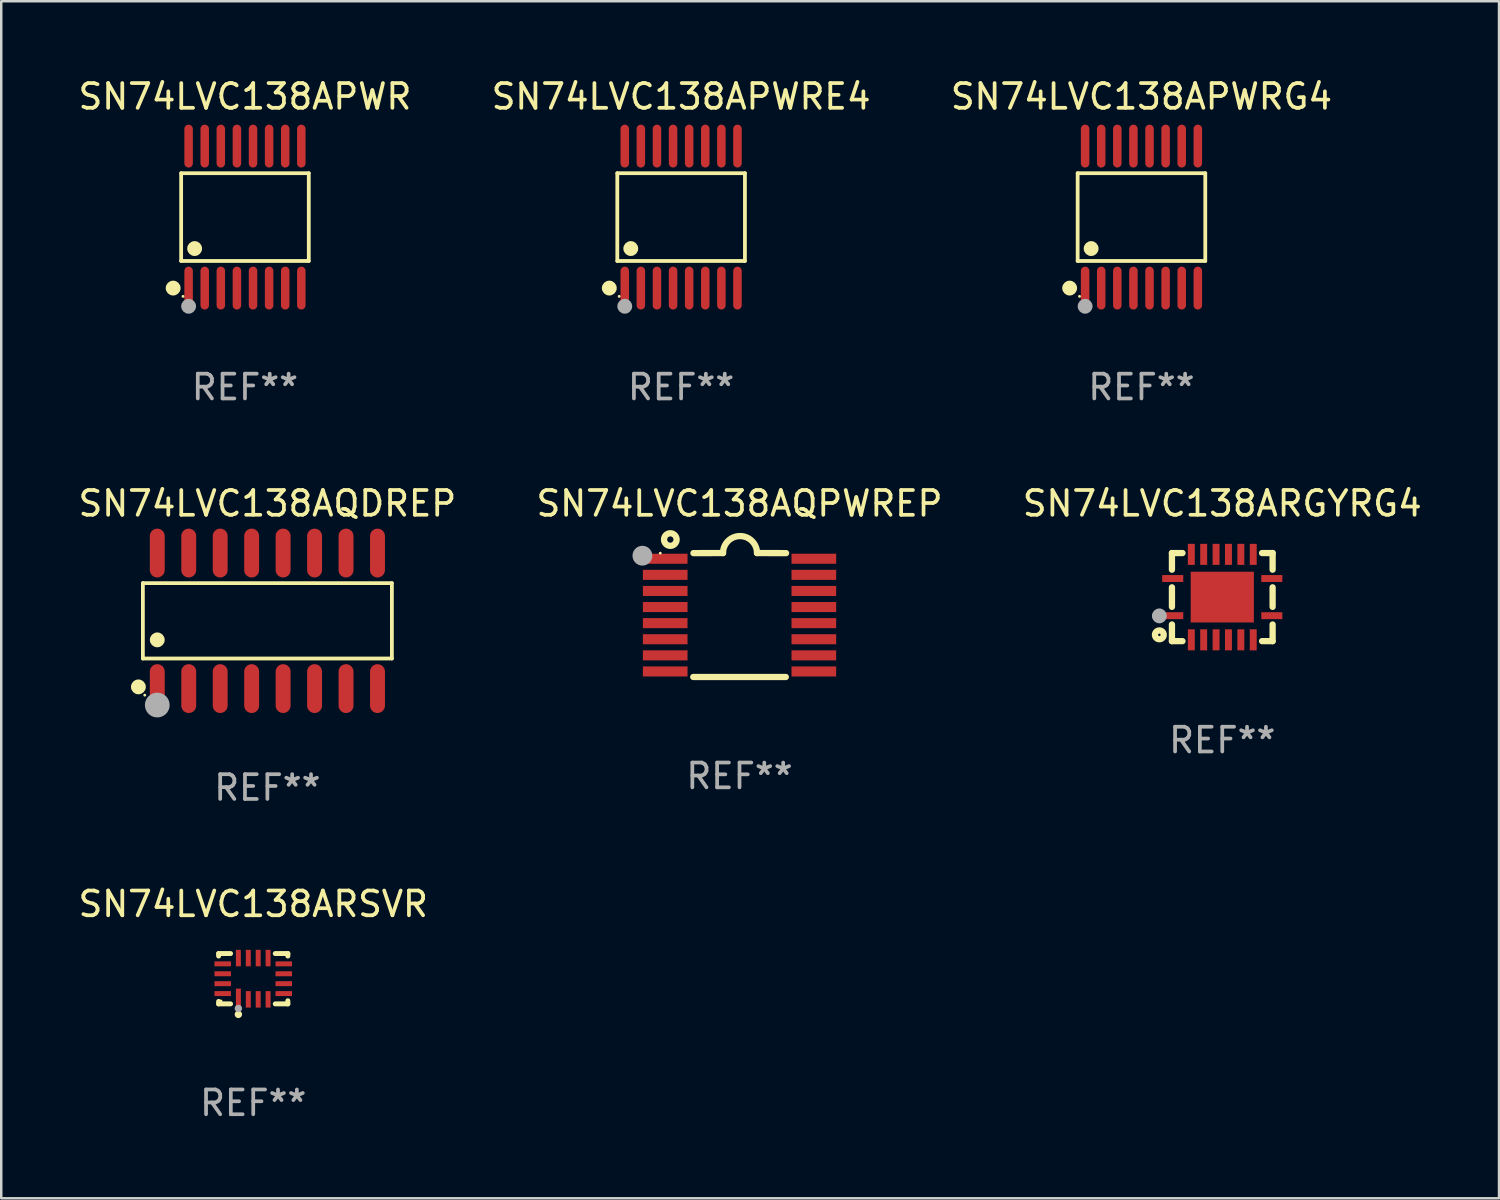
<source format=kicad_pcb>
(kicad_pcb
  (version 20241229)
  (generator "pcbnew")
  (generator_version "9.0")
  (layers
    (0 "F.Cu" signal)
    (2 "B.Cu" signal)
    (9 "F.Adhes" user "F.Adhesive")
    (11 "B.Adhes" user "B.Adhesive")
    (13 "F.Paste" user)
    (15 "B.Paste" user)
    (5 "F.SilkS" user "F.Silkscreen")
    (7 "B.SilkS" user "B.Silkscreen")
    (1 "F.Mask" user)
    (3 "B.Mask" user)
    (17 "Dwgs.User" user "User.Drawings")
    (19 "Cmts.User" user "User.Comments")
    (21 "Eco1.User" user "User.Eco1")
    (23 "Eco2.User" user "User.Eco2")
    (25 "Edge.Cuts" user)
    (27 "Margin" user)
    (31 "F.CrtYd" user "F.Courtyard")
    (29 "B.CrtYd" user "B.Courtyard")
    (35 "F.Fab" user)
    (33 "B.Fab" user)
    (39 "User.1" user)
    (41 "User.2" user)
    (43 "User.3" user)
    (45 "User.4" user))
  (footprint "SN74LVC138AQPWREP"
    (layer "F.Cu")
    (at 26.804 21.778)
    (property "Reference" "SN74LVC138AQPWREP" (at 0 -4.501 0) (layer "F.SilkS") (effects (font (size 1 1) (thickness 0.15))))
    (attr through_hole)
    (fp_line (start -1.868 2.501) (end 1.868 2.501) (stroke (width 0.254) (type solid)) (layer "F.SilkS"))
    (fp_line (start -1.86 -2.499) (end -0.666 -2.501) (stroke (width 0.254) (type solid)) (layer "F.SilkS"))
    (fp_line (start 0.706 -2.501) (end 1.88 -2.499) (stroke (width 0.254) (type solid)) (layer "F.SilkS"))
    (fp_arc (start -0.665914 -2.501448) (mid 0.019888 -3.18725) (end 0.70569 -2.501448) (stroke (width 0.254001) (type solid)) (layer "F.SilkS"))
    (fp_circle (center -3.2 -2.497) (end -3.17 -2.497) (stroke (width 0.06) (type solid)) (fill no) (layer "F.SilkS"))
    (fp_circle (center -2.794 -3.047) (end -2.54 -3.047) (stroke (width 0.254) (type solid)) (fill no) (layer "F.SilkS"))
    (fp_circle (center -3.921 -2.395) (end -3.721 -2.395) (stroke (width 0.4) (type solid)) (fill no) (layer "F.Fab"))
    (fp_text user "REF**" (at 0 6.501 0) (layer "F.Fab") (effects (font (size 1 1) (thickness 0.15))))
    (pad "1" smd rect (at -3 -2.272) (size 1.803 0.406) (layers "F.Cu" "F.Mask" "F.Paste"))
    (pad "2" smd rect (at -3 -1.622) (size 1.803 0.406) (layers "F.Cu" "F.Mask" "F.Paste"))
    (pad "3" smd rect (at -3 -0.972) (size 1.803 0.406) (layers "F.Cu" "F.Mask" "F.Paste"))
    (pad "4" smd rect (at -3 -0.322) (size 1.803 0.406) (layers "F.Cu" "F.Mask" "F.Paste"))
    (pad "5" smd rect (at -3 0.328) (size 1.803 0.406) (layers "F.Cu" "F.Mask" "F.Paste"))
    (pad "6" smd rect (at -3 0.978) (size 1.803 0.406) (layers "F.Cu" "F.Mask" "F.Paste"))
    (pad "7" smd rect (at -3 1.628) (size 1.803 0.406) (layers "F.Cu" "F.Mask" "F.Paste"))
    (pad "8" smd rect (at -3 2.278) (size 1.803 0.406) (layers "F.Cu" "F.Mask" "F.Paste"))
    (pad "9" smd rect (at 3 2.278) (size 1.803 0.406) (layers "F.Cu" "F.Mask" "F.Paste"))
    (pad "10" smd rect (at 3 1.628) (size 1.803 0.406) (layers "F.Cu" "F.Mask" "F.Paste"))
    (pad "11" smd rect (at 3 0.978) (size 1.803 0.406) (layers "F.Cu" "F.Mask" "F.Paste"))
    (pad "12" smd rect (at 3 0.328) (size 1.803 0.406) (layers "F.Cu" "F.Mask" "F.Paste"))
    (pad "13" smd rect (at 3 -0.322) (size 1.803 0.406) (layers "F.Cu" "F.Mask" "F.Paste"))
    (pad "14" smd rect (at 3 -0.972) (size 1.803 0.406) (layers "F.Cu" "F.Mask" "F.Paste"))
    (pad "15" smd rect (at 3 -1.622) (size 1.803 0.406) (layers "F.Cu" "F.Mask" "F.Paste"))
    (pad "16" smd rect (at 3 -2.272) (size 1.803 0.406) (layers "F.Cu" "F.Mask" "F.Paste")))
  (footprint "SN74LVC138APWRG4"
    (layer "F.Cu")
    (at 43.03 5.714)
    (property "Reference" "SN74LVC138APWRG4" (at 0 -4.866 0) (layer "F.SilkS") (effects (font (size 1 1) (thickness 0.15))))
    (attr through_hole)
    (fp_line (start -2.576 -1.772) (end 2.576 -1.772) (stroke (width 0.152) (type solid)) (layer "F.SilkS"))
    (fp_line (start -2.576 1.771) (end -2.576 -1.772) (stroke (width 0.152) (type solid)) (layer "F.SilkS"))
    (fp_line (start 2.576 -1.772) (end 2.576 1.771) (stroke (width 0.152) (type solid)) (layer "F.SilkS"))
    (fp_line (start 2.576 1.771) (end -2.576 1.771) (stroke (width 0.152) (type solid)) (layer "F.SilkS"))
    (fp_circle (center -2.899 2.866) (end -2.749 2.866) (stroke (width 0.3) (type solid)) (fill no) (layer "F.SilkS"))
    (fp_circle (center -2.5 3.2) (end -2.47 3.2) (stroke (width 0.06) (type solid)) (fill no) (layer "F.SilkS"))
    (fp_circle (center -2.032 1.27) (end -1.882 1.27) (stroke (width 0.3) (type solid)) (fill no) (layer "F.SilkS"))
    (fp_circle (center -2.275 3.6) (end -2.125 3.6) (stroke (width 0.3) (type solid)) (fill no) (layer "F.Fab"))
    (fp_text user "REF**" (at 0 6.866 0) (layer "F.Fab") (effects (font (size 1 1) (thickness 0.15))))
    (pad "1" smd oval (at -2.275 2.866) (size 0.343 1.731) (layers "F.Cu" "F.Mask" "F.Paste"))
    (pad "2" smd oval (at -1.625 2.866) (size 0.343 1.731) (layers "F.Cu" "F.Mask" "F.Paste"))
    (pad "3" smd oval (at -0.975 2.866) (size 0.343 1.731) (layers "F.Cu" "F.Mask" "F.Paste"))
    (pad "4" smd oval (at -0.325 2.866) (size 0.343 1.731) (layers "F.Cu" "F.Mask" "F.Paste"))
    (pad "5" smd oval (at 0.325 2.866) (size 0.343 1.731) (layers "F.Cu" "F.Mask" "F.Paste"))
    (pad "6" smd oval (at 0.975 2.866) (size 0.343 1.731) (layers "F.Cu" "F.Mask" "F.Paste"))
    (pad "7" smd oval (at 1.625 2.866) (size 0.343 1.731) (layers "F.Cu" "F.Mask" "F.Paste"))
    (pad "8" smd oval (at 2.275 2.866) (size 0.343 1.731) (layers "F.Cu" "F.Mask" "F.Paste"))
    (pad "9" smd oval (at 2.275 -2.866) (size 0.343 1.731) (layers "F.Cu" "F.Mask" "F.Paste"))
    (pad "10" smd oval (at 1.625 -2.866) (size 0.343 1.731) (layers "F.Cu" "F.Mask" "F.Paste"))
    (pad "11" smd oval (at 0.975 -2.866) (size 0.343 1.731) (layers "F.Cu" "F.Mask" "F.Paste"))
    (pad "12" smd oval (at 0.325 -2.866) (size 0.343 1.731) (layers "F.Cu" "F.Mask" "F.Paste"))
    (pad "13" smd oval (at -0.325 -2.866) (size 0.343 1.731) (layers "F.Cu" "F.Mask" "F.Paste"))
    (pad "14" smd oval (at -0.975 -2.866) (size 0.343 1.731) (layers "F.Cu" "F.Mask" "F.Paste"))
    (pad "15" smd oval (at -1.625 -2.866) (size 0.343 1.731) (layers "F.Cu" "F.Mask" "F.Paste"))
    (pad "16" smd oval (at -2.275 -2.866) (size 0.343 1.731) (layers "F.Cu" "F.Mask" "F.Paste")))
  (footprint "SN74LVC138ARGYRG4"
    (layer "F.Cu")
    (at 46.292 21.054)
    (property "Reference" "SN74LVC138ARGYRG4" (at 0 -3.778 0) (layer "F.SilkS") (effects (font (size 1 1) (thickness 0.15))))
    (attr through_hole)
    (fp_line (start -2.032 -1.778) (end -2.032 -1.106) (stroke (width 0.254) (type solid)) (layer "F.SilkS"))
    (fp_line (start -2.032 -0.394) (end -2.032 0.394) (stroke (width 0.254) (type solid)) (layer "F.SilkS"))
    (fp_line (start -2.032 1.106) (end -2.032 1.778) (stroke (width 0.254) (type solid)) (layer "F.SilkS"))
    (fp_line (start -2.032 1.778) (end -1.606 1.778) (stroke (width 0.254) (type solid)) (layer "F.SilkS"))
    (fp_line (start -1.606 -1.778) (end -2.032 -1.778) (stroke (width 0.254) (type solid)) (layer "F.SilkS"))
    (fp_line (start 1.606 1.778) (end 2.032 1.778) (stroke (width 0.254) (type solid)) (layer "F.SilkS"))
    (fp_line (start 2.032 -1.778) (end 1.606 -1.778) (stroke (width 0.254) (type solid)) (layer "F.SilkS"))
    (fp_line (start 2.032 -1.106) (end 2.032 -1.778) (stroke (width 0.254) (type solid)) (layer "F.SilkS"))
    (fp_line (start 2.032 0.394) (end 2.032 -0.394) (stroke (width 0.254) (type solid)) (layer "F.SilkS"))
    (fp_line (start 2.032 1.778) (end 2.032 1.106) (stroke (width 0.254) (type solid)) (layer "F.SilkS"))
    (fp_circle (center -2.54 1.524) (end -2.363 1.524) (stroke (width 0.254) (type solid)) (fill no) (layer "F.SilkS"))
    (fp_circle (center -2.002 1.752) (end -1.952 1.752) (stroke (width 0.1) (type solid)) (fill no) (layer "F.SilkS"))
    (fp_circle (center -2.54 0.759) (end -2.39 0.759) (stroke (width 0.3) (type solid)) (fill no) (layer "F.Fab"))
    (fp_text user "REF**" (at 0 5.778 0) (layer "F.Fab") (effects (font (size 1 1) (thickness 0.15))))
    (pad "1" smd rect (at -2 0.75 90) (size 0.28 0.85) (layers "F.Cu" "F.Mask" "F.Paste"))
    (pad "2" smd rect (at -1.25 1.725 180) (size 0.28 0.85) (layers "F.Cu" "F.Mask" "F.Paste"))
    (pad "3" smd rect (at -0.75 1.725 180) (size 0.28 0.85) (layers "F.Cu" "F.Mask" "F.Paste"))
    (pad "4" smd rect (at -0.25 1.725 180) (size 0.28 0.85) (layers "F.Cu" "F.Mask" "F.Paste"))
    (pad "5" smd rect (at 0.25 1.725 180) (size 0.28 0.85) (layers "F.Cu" "F.Mask" "F.Paste"))
    (pad "6" smd rect (at 0.75 1.725 180) (size 0.28 0.85) (layers "F.Cu" "F.Mask" "F.Paste"))
    (pad "7" smd rect (at 1.25 1.725 180) (size 0.28 0.85) (layers "F.Cu" "F.Mask" "F.Paste"))
    (pad "8" smd rect (at 2 0.75 270) (size 0.28 0.85) (layers "F.Cu" "F.Mask" "F.Paste"))
    (pad "9" smd rect (at 2 -0.75 270) (size 0.28 0.85) (layers "F.Cu" "F.Mask" "F.Paste"))
    (pad "10" smd rect (at 1.25 -1.725) (size 0.28 0.85) (layers "F.Cu" "F.Mask" "F.Paste"))
    (pad "11" smd rect (at 0.75 -1.725) (size 0.28 0.85) (layers "F.Cu" "F.Mask" "F.Paste"))
    (pad "12" smd rect (at 0.25 -1.725) (size 0.28 0.85) (layers "F.Cu" "F.Mask" "F.Paste"))
    (pad "13" smd rect (at -0.25 -1.725) (size 0.28 0.85) (layers "F.Cu" "F.Mask" "F.Paste"))
    (pad "14" smd rect (at -0.75 -1.725) (size 0.28 0.85) (layers "F.Cu" "F.Mask" "F.Paste"))
    (pad "15" smd rect (at -1.25 -1.725) (size 0.28 0.85) (layers "F.Cu" "F.Mask" "F.Paste"))
    (pad "16" smd rect (at -2 -0.75 90) (size 0.28 0.85) (layers "F.Cu" "F.Mask" "F.Paste"))
    (pad "17" smd rect (at 0.000051 0 270) (size 2.05 2.55) (layers "F.Cu" "F.Mask" "F.Paste")))
  (footprint "SN74LVC138ARSVR"
    (layer "F.Cu")
    (at 7.173 36.46)
    (property "Reference" "SN74LVC138ARSVR" (at 0 -3.016 0) (layer "F.SilkS") (effects (font (size 1 1) (thickness 0.15))))
    (attr through_hole)
    (fp_line (start -1.397 -1.016) (end -1.397 -0.916) (stroke (width 0.2) (type solid)) (layer "F.SilkS"))
    (fp_line (start -1.397 0.916) (end -1.397 1.016) (stroke (width 0.2) (type solid)) (layer "F.SilkS"))
    (fp_line (start -1.397 1.016) (end -0.916 1.016) (stroke (width 0.2) (type solid)) (layer "F.SilkS"))
    (fp_line (start -0.916 -1.016) (end -1.397 -1.016) (stroke (width 0.2) (type solid)) (layer "F.SilkS"))
    (fp_line (start 0.889 -1.016) (end 1.397 -1.016) (stroke (width 0.2) (type solid)) (layer "F.SilkS"))
    (fp_line (start 1.397 -1.016) (end 1.397 -0.916) (stroke (width 0.2) (type solid)) (layer "F.SilkS"))
    (fp_line (start 1.397 0.889) (end 1.397 1.016) (stroke (width 0.2) (type solid)) (layer "F.SilkS"))
    (fp_line (start 1.397 1.016) (end 0.889 1.016) (stroke (width 0.2) (type solid)) (layer "F.SilkS"))
    (fp_circle (center -1.3 0.9) (end -1.27 0.9) (stroke (width 0.06) (type solid)) (fill no) (layer "F.SilkS"))
    (fp_circle (center -0.6 1.44) (end -0.525 1.44) (stroke (width 0.15) (type solid)) (fill no) (layer "F.SilkS"))
    (fp_circle (center -0.6 1.2) (end -0.525 1.2) (stroke (width 0.15) (type solid)) (fill no) (layer "F.Fab"))
    (fp_text user "REF**" (at 0 5.016 0) (layer "F.Fab") (effects (font (size 1 1) (thickness 0.15))))
    (pad "1" smd rect (at -0.6 0.782) (size 0.2 0.765) (layers "F.Cu" "F.Mask" "F.Paste"))
    (pad "2" smd rect (at -0.2 0.833) (size 0.2 0.665) (layers "F.Cu" "F.Mask" "F.Paste"))
    (pad "3" smd rect (at 0.2 0.833) (size 0.2 0.665) (layers "F.Cu" "F.Mask" "F.Paste"))
    (pad "4" smd rect (at 0.6 0.833) (size 0.2 0.665) (layers "F.Cu" "F.Mask" "F.Paste"))
    (pad "5" smd rect (at 1.232 0.6) (size 0.665 0.2) (layers "F.Cu" "F.Mask" "F.Paste"))
    (pad "6" smd rect (at 1.232 0.2) (size 0.665 0.2) (layers "F.Cu" "F.Mask" "F.Paste"))
    (pad "7" smd rect (at 1.232 -0.2) (size 0.665 0.2) (layers "F.Cu" "F.Mask" "F.Paste"))
    (pad "8" smd rect (at 1.232 -0.6) (size 0.665 0.2) (layers "F.Cu" "F.Mask" "F.Paste"))
    (pad "9" smd rect (at 0.6 -0.833) (size 0.2 0.665) (layers "F.Cu" "F.Mask" "F.Paste"))
    (pad "10" smd rect (at 0.2 -0.833) (size 0.2 0.665) (layers "F.Cu" "F.Mask" "F.Paste"))
    (pad "11" smd rect (at -0.2 -0.833) (size 0.2 0.665) (layers "F.Cu" "F.Mask" "F.Paste"))
    (pad "12" smd rect (at -0.6 -0.833) (size 0.2 0.665) (layers "F.Cu" "F.Mask" "F.Paste"))
    (pad "13" smd rect (at -1.232 -0.6) (size 0.665 0.2) (layers "F.Cu" "F.Mask" "F.Paste"))
    (pad "14" smd rect (at -1.232 -0.2) (size 0.665 0.2) (layers "F.Cu" "F.Mask" "F.Paste"))
    (pad "15" smd rect (at -1.232 0.2) (size 0.665 0.2) (layers "F.Cu" "F.Mask" "F.Paste"))
    (pad "16" smd rect (at -1.232 0.6) (size 0.665 0.2) (layers "F.Cu" "F.Mask" "F.Paste")))
  (footprint "SN74LVC138APWR"
    (layer "F.Cu")
    (at 6.839 5.714)
    (property "Reference" "SN74LVC138APWR" (at 0 -4.866 0) (layer "F.SilkS") (effects (font (size 1 1) (thickness 0.15))))
    (attr through_hole)
    (fp_line (start -2.576 -1.772) (end 2.576 -1.772) (stroke (width 0.152) (type solid)) (layer "F.SilkS"))
    (fp_line (start -2.576 1.771) (end -2.576 -1.772) (stroke (width 0.152) (type solid)) (layer "F.SilkS"))
    (fp_line (start 2.576 -1.772) (end 2.576 1.771) (stroke (width 0.152) (type solid)) (layer "F.SilkS"))
    (fp_line (start 2.576 1.771) (end -2.576 1.771) (stroke (width 0.152) (type solid)) (layer "F.SilkS"))
    (fp_circle (center -2.899 2.866) (end -2.749 2.866) (stroke (width 0.3) (type solid)) (fill no) (layer "F.SilkS"))
    (fp_circle (center -2.5 3.2) (end -2.47 3.2) (stroke (width 0.06) (type solid)) (fill no) (layer "F.SilkS"))
    (fp_circle (center -2.032 1.27) (end -1.882 1.27) (stroke (width 0.3) (type solid)) (fill no) (layer "F.SilkS"))
    (fp_circle (center -2.275 3.6) (end -2.125 3.6) (stroke (width 0.3) (type solid)) (fill no) (layer "F.Fab"))
    (fp_text user "REF**" (at 0 6.866 0) (layer "F.Fab") (effects (font (size 1 1) (thickness 0.15))))
    (pad "1" smd oval (at -2.275 2.866) (size 0.343 1.731) (layers "F.Cu" "F.Mask" "F.Paste"))
    (pad "2" smd oval (at -1.625 2.866) (size 0.343 1.731) (layers "F.Cu" "F.Mask" "F.Paste"))
    (pad "3" smd oval (at -0.975 2.866) (size 0.343 1.731) (layers "F.Cu" "F.Mask" "F.Paste"))
    (pad "4" smd oval (at -0.325 2.866) (size 0.343 1.731) (layers "F.Cu" "F.Mask" "F.Paste"))
    (pad "5" smd oval (at 0.325 2.866) (size 0.343 1.731) (layers "F.Cu" "F.Mask" "F.Paste"))
    (pad "6" smd oval (at 0.975 2.866) (size 0.343 1.731) (layers "F.Cu" "F.Mask" "F.Paste"))
    (pad "7" smd oval (at 1.625 2.866) (size 0.343 1.731) (layers "F.Cu" "F.Mask" "F.Paste"))
    (pad "8" smd oval (at 2.275 2.866) (size 0.343 1.731) (layers "F.Cu" "F.Mask" "F.Paste"))
    (pad "9" smd oval (at 2.275 -2.866) (size 0.343 1.731) (layers "F.Cu" "F.Mask" "F.Paste"))
    (pad "10" smd oval (at 1.625 -2.866) (size 0.343 1.731) (layers "F.Cu" "F.Mask" "F.Paste"))
    (pad "11" smd oval (at 0.975 -2.866) (size 0.343 1.731) (layers "F.Cu" "F.Mask" "F.Paste"))
    (pad "12" smd oval (at 0.325 -2.866) (size 0.343 1.731) (layers "F.Cu" "F.Mask" "F.Paste"))
    (pad "13" smd oval (at -0.325 -2.866) (size 0.343 1.731) (layers "F.Cu" "F.Mask" "F.Paste"))
    (pad "14" smd oval (at -0.975 -2.866) (size 0.343 1.731) (layers "F.Cu" "F.Mask" "F.Paste"))
    (pad "15" smd oval (at -1.625 -2.866) (size 0.343 1.731) (layers "F.Cu" "F.Mask" "F.Paste"))
    (pad "16" smd oval (at -2.275 -2.866) (size 0.343 1.731) (layers "F.Cu" "F.Mask" "F.Paste")))
  (footprint "SN74LVC138APWRE4"
    (layer "F.Cu")
    (at 24.446 5.714)
    (property "Reference" "SN74LVC138APWRE4" (at 0 -4.866 0) (layer "F.SilkS") (effects (font (size 1 1) (thickness 0.15))))
    (attr through_hole)
    (fp_line (start -2.576 -1.772) (end 2.576 -1.772) (stroke (width 0.152) (type solid)) (layer "F.SilkS"))
    (fp_line (start -2.576 1.771) (end -2.576 -1.772) (stroke (width 0.152) (type solid)) (layer "F.SilkS"))
    (fp_line (start 2.576 -1.772) (end 2.576 1.771) (stroke (width 0.152) (type solid)) (layer "F.SilkS"))
    (fp_line (start 2.576 1.771) (end -2.576 1.771) (stroke (width 0.152) (type solid)) (layer "F.SilkS"))
    (fp_circle (center -2.899 2.866) (end -2.749 2.866) (stroke (width 0.3) (type solid)) (fill no) (layer "F.SilkS"))
    (fp_circle (center -2.5 3.2) (end -2.47 3.2) (stroke (width 0.06) (type solid)) (fill no) (layer "F.SilkS"))
    (fp_circle (center -2.032 1.27) (end -1.882 1.27) (stroke (width 0.3) (type solid)) (fill no) (layer "F.SilkS"))
    (fp_circle (center -2.275 3.6) (end -2.125 3.6) (stroke (width 0.3) (type solid)) (fill no) (layer "F.Fab"))
    (fp_text user "REF**" (at 0 6.866 0) (layer "F.Fab") (effects (font (size 1 1) (thickness 0.15))))
    (pad "1" smd oval (at -2.275 2.866) (size 0.343 1.731) (layers "F.Cu" "F.Mask" "F.Paste"))
    (pad "2" smd oval (at -1.625 2.866) (size 0.343 1.731) (layers "F.Cu" "F.Mask" "F.Paste"))
    (pad "3" smd oval (at -0.975 2.866) (size 0.343 1.731) (layers "F.Cu" "F.Mask" "F.Paste"))
    (pad "4" smd oval (at -0.325 2.866) (size 0.343 1.731) (layers "F.Cu" "F.Mask" "F.Paste"))
    (pad "5" smd oval (at 0.325 2.866) (size 0.343 1.731) (layers "F.Cu" "F.Mask" "F.Paste"))
    (pad "6" smd oval (at 0.975 2.866) (size 0.343 1.731) (layers "F.Cu" "F.Mask" "F.Paste"))
    (pad "7" smd oval (at 1.625 2.866) (size 0.343 1.731) (layers "F.Cu" "F.Mask" "F.Paste"))
    (pad "8" smd oval (at 2.275 2.866) (size 0.343 1.731) (layers "F.Cu" "F.Mask" "F.Paste"))
    (pad "9" smd oval (at 2.275 -2.866) (size 0.343 1.731) (layers "F.Cu" "F.Mask" "F.Paste"))
    (pad "10" smd oval (at 1.625 -2.866) (size 0.343 1.731) (layers "F.Cu" "F.Mask" "F.Paste"))
    (pad "11" smd oval (at 0.975 -2.866) (size 0.343 1.731) (layers "F.Cu" "F.Mask" "F.Paste"))
    (pad "12" smd oval (at 0.325 -2.866) (size 0.343 1.731) (layers "F.Cu" "F.Mask" "F.Paste"))
    (pad "13" smd oval (at -0.325 -2.866) (size 0.343 1.731) (layers "F.Cu" "F.Mask" "F.Paste"))
    (pad "14" smd oval (at -0.975 -2.866) (size 0.343 1.731) (layers "F.Cu" "F.Mask" "F.Paste"))
    (pad "15" smd oval (at -1.625 -2.866) (size 0.343 1.731) (layers "F.Cu" "F.Mask" "F.Paste"))
    (pad "16" smd oval (at -2.275 -2.866) (size 0.343 1.731) (layers "F.Cu" "F.Mask" "F.Paste")))
  (footprint "SN74LVC138AQDREP"
    (layer "F.Cu")
    (at 7.744 22.012)
    (property "Reference" "SN74LVC138AQDREP" (at 0 -4.736 0) (layer "F.SilkS") (effects (font (size 1 1) (thickness 0.15))))
    (attr through_hole)
    (fp_line (start -5.026 -1.521) (end 5.026 -1.521) (stroke (width 0.152) (type solid)) (layer "F.SilkS"))
    (fp_line (start -5.026 1.521) (end -5.026 -1.521) (stroke (width 0.152) (type solid)) (layer "F.SilkS"))
    (fp_line (start 5.026 -1.521) (end 5.026 1.521) (stroke (width 0.152) (type solid)) (layer "F.SilkS"))
    (fp_line (start 5.026 1.521) (end -5.026 1.521) (stroke (width 0.152) (type solid)) (layer "F.SilkS"))
    (fp_circle (center -5.207 2.667) (end -5.057 2.667) (stroke (width 0.3) (type solid)) (fill no) (layer "F.SilkS"))
    (fp_circle (center -4.95 3) (end -4.92 3) (stroke (width 0.06) (type solid)) (fill no) (layer "F.SilkS"))
    (fp_circle (center -4.445 0.769) (end -4.295 0.769) (stroke (width 0.3) (type solid)) (fill no) (layer "F.SilkS"))
    (fp_circle (center -4.445 3.4) (end -4.195 3.4) (stroke (width 0.5) (type solid)) (fill no) (layer "F.Fab"))
    (fp_text user "REF**" (at 0 6.736 0) (layer "F.Fab") (effects (font (size 1 1) (thickness 0.15))))
    (pad "1" smd oval (at -4.445 2.736) (size 0.602 1.971) (layers "F.Cu" "F.Mask" "F.Paste"))
    (pad "2" smd oval (at -3.175 2.736) (size 0.602 1.971) (layers "F.Cu" "F.Mask" "F.Paste"))
    (pad "3" smd oval (at -1.905 2.736) (size 0.602 1.971) (layers "F.Cu" "F.Mask" "F.Paste"))
    (pad "4" smd oval (at -0.635 2.736) (size 0.602 1.971) (layers "F.Cu" "F.Mask" "F.Paste"))
    (pad "5" smd oval (at 0.635 2.736) (size 0.602 1.971) (layers "F.Cu" "F.Mask" "F.Paste"))
    (pad "6" smd oval (at 1.905 2.736) (size 0.602 1.971) (layers "F.Cu" "F.Mask" "F.Paste"))
    (pad "7" smd oval (at 3.175 2.736) (size 0.602 1.971) (layers "F.Cu" "F.Mask" "F.Paste"))
    (pad "8" smd oval (at 4.445 2.736) (size 0.602 1.971) (layers "F.Cu" "F.Mask" "F.Paste"))
    (pad "9" smd oval (at 4.445 -2.736) (size 0.602 1.971) (layers "F.Cu" "F.Mask" "F.Paste"))
    (pad "10" smd oval (at 3.175 -2.736) (size 0.602 1.971) (layers "F.Cu" "F.Mask" "F.Paste"))
    (pad "11" smd oval (at 1.905 -2.736) (size 0.602 1.971) (layers "F.Cu" "F.Mask" "F.Paste"))
    (pad "12" smd oval (at 0.635 -2.736) (size 0.602 1.971) (layers "F.Cu" "F.Mask" "F.Paste"))
    (pad "13" smd oval (at -0.635 -2.736) (size 0.602 1.971) (layers "F.Cu" "F.Mask" "F.Paste"))
    (pad "14" smd oval (at -1.905 -2.736) (size 0.602 1.971) (layers "F.Cu" "F.Mask" "F.Paste"))
    (pad "15" smd oval (at -3.175 -2.736) (size 0.602 1.971) (layers "F.Cu" "F.Mask" "F.Paste"))
    (pad "16" smd oval (at -4.445 -2.736) (size 0.602 1.971) (layers "F.Cu" "F.Mask" "F.Paste")))
  (gr_rect
    (start -3 -3)
    (end 57.464 45.324)
    (stroke (width 0.1) (type default))
    (fill no)
    (layer "Edge.Cuts")))
</source>
